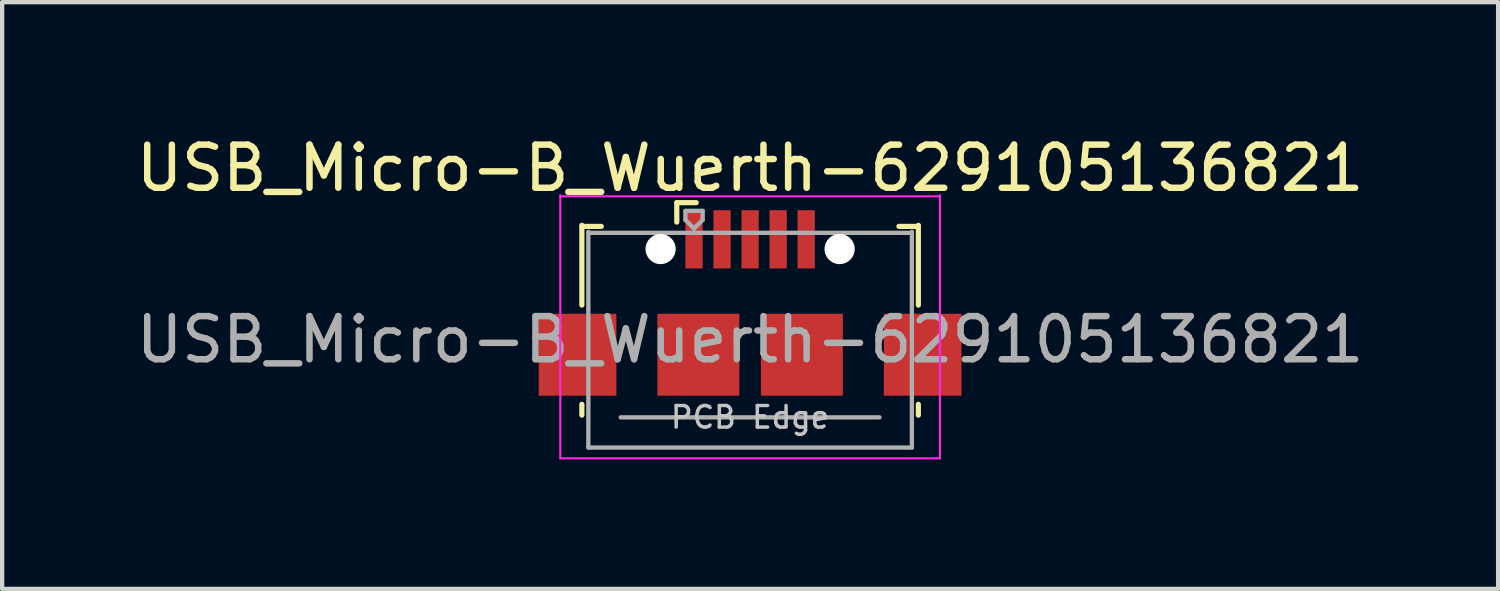
<source format=kicad_pcb>
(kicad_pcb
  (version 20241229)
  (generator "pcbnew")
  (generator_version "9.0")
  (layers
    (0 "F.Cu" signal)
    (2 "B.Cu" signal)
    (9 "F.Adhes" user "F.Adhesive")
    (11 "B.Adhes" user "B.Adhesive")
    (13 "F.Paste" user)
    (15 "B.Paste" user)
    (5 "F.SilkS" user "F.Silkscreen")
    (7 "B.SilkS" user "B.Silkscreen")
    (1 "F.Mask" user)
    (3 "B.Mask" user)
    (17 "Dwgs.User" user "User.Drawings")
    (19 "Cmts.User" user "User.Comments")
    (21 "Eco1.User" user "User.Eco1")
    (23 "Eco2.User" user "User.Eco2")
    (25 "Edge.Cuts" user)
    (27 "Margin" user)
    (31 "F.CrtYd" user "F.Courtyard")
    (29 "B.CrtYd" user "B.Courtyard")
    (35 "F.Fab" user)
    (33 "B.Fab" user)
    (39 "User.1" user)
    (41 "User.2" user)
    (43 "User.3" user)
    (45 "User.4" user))
  (footprint "USB_Micro-B_Wuerth-629105136821"
    (layer "F.Cu")
    (at 14.339 5.173)
    (property "Reference" "USB_Micro-B_Wuerth-629105136821" (at 0 -4.325 0) (layer "F.SilkS") (effects (font (size 1 1) (thickness 0.15))))
    (attr smd)
    (fp_line (start -3.9 -2.975) (end -3.45 -2.975) (stroke (width 0.12) (type solid)) (layer "F.SilkS"))
    (fp_line (start -3.9 -1.15) (end -3.9 -3) (stroke (width 0.12) (type solid)) (layer "F.SilkS"))
    (fp_line (start -3.9 1.4) (end -3.9 1.15) (stroke (width 0.12) (type solid)) (layer "F.SilkS"))
    (fp_line (start -1.7 -3.525) (end -1.7 -3.075) (stroke (width 0.12) (type solid)) (layer "F.SilkS"))
    (fp_line (start -1.7 -3.525) (end -1.25 -3.525) (stroke (width 0.12) (type solid)) (layer "F.SilkS"))
    (fp_line (start 3.9 -2.975) (end 3.45 -2.975) (stroke (width 0.12) (type solid)) (layer "F.SilkS"))
    (fp_line (start 3.9 -1.15) (end 3.9 -3) (stroke (width 0.12) (type solid)) (layer "F.SilkS"))
    (fp_line (start 3.9 1.4) (end 3.9 1.15) (stroke (width 0.12) (type solid)) (layer "F.SilkS"))
    (fp_line (start -4.4 -3.672) (end 4.4 -3.672) (stroke (width 0.05) (type solid)) (layer "F.CrtYd"))
    (fp_line (start -4.4 2.402) (end -4.4 -3.697) (stroke (width 0.05) (type solid)) (layer "F.CrtYd"))
    (fp_line (start -4.4 2.402) (end 4.4 2.402) (stroke (width 0.05) (type solid)) (layer "F.CrtYd"))
    (fp_line (start 4.4 -3.697) (end 4.4 2.402) (stroke (width 0.05) (type solid)) (layer "F.CrtYd"))
    (fp_line (start -3.75 -2.825) (end 3.75 -2.825) (stroke (width 0.1) (type solid)) (layer "F.Fab"))
    (fp_line (start -3.75 2.15) (end -3.75 -2.85) (stroke (width 0.1) (type solid)) (layer "F.Fab"))
    (fp_line (start -3.75 2.152) (end 3.75 2.152) (stroke (width 0.1) (type solid)) (layer "F.Fab"))
    (fp_line (start -3 1.452) (end 3 1.452) (stroke (width 0.1) (type solid)) (layer "F.Fab"))
    (fp_line (start -1.5 -3.335) (end -1.5 -3.125) (stroke (width 0.1) (type solid)) (layer "F.Fab"))
    (fp_line (start -1.5 -3.335) (end -1.1 -3.335) (stroke (width 0.1) (type solid)) (layer "F.Fab"))
    (fp_line (start -1.3 -2.925) (end -1.5 -3.125) (stroke (width 0.1) (type solid)) (layer "F.Fab"))
    (fp_line (start -1.1 -3.335) (end -1.1 -3.125) (stroke (width 0.1) (type solid)) (layer "F.Fab"))
    (fp_line (start -1.1 -3.125) (end -1.3 -2.925) (stroke (width 0.1) (type solid)) (layer "F.Fab"))
    (fp_line (start 3.75 2.15) (end 3.75 -2.85) (stroke (width 0.1) (type solid)) (layer "F.Fab"))
    (fp_text user "PCB Edge" (at 0 1.45 0) (layer "Dwgs.User") (effects (font (size 0.5 0.5) (thickness 0.08))))
    (fp_text user "${REFERENCE}" (at 0 -0.35 0) (layer "F.Fab") (effects (font (size 1 1) (thickness 0.15))))
    (pad "" np_thru_hole circle (at -2.075 -2.45) (size 0.7 0.7) (drill 0.7) (layers "*.Cu" "*.Mask"))
    (pad "" np_thru_hole circle (at 2.075 -2.45) (size 0.7 0.7) (drill 0.7) (layers "*.Cu" "*.Mask"))
    (pad "1" smd rect (at -1.3 -2.675) (size 0.4 1.35) (layers "F.Cu" "F.Mask" "F.Paste"))
    (pad "2" smd rect (at -0.65 -2.675) (size 0.4 1.35) (layers "F.Cu" "F.Mask" "F.Paste"))
    (pad "3" smd rect (at 0 -2.675) (size 0.4 1.35) (layers "F.Cu" "F.Mask" "F.Paste"))
    (pad "4" smd rect (at 0.65 -2.675) (size 0.4 1.35) (layers "F.Cu" "F.Mask" "F.Paste"))
    (pad "5" smd rect (at 1.3 -2.675) (size 0.4 1.35) (layers "F.Cu" "F.Mask" "F.Paste"))
    (pad "6" smd rect (at -4 0) (size 1.8 1.9) (layers "F.Cu" "F.Mask"))
    (pad "6" smd rect (at -1.2 0) (size 1.9 1.9) (layers "F.Cu" "F.Mask" "F.Paste"))
    (pad "6" smd rect (at 1.2 0) (size 1.9 1.9) (layers "F.Cu" "F.Mask" "F.Paste"))
    (pad "6" smd rect (at 4 0) (size 1.8 1.9) (layers "F.Cu" "F.Mask")))
  (gr_rect
    (start -3 -3)
    (end 31.679 10.601)
    (stroke (width 0.1) (type default))
    (fill no)
    (layer "Edge.Cuts")))
</source>
